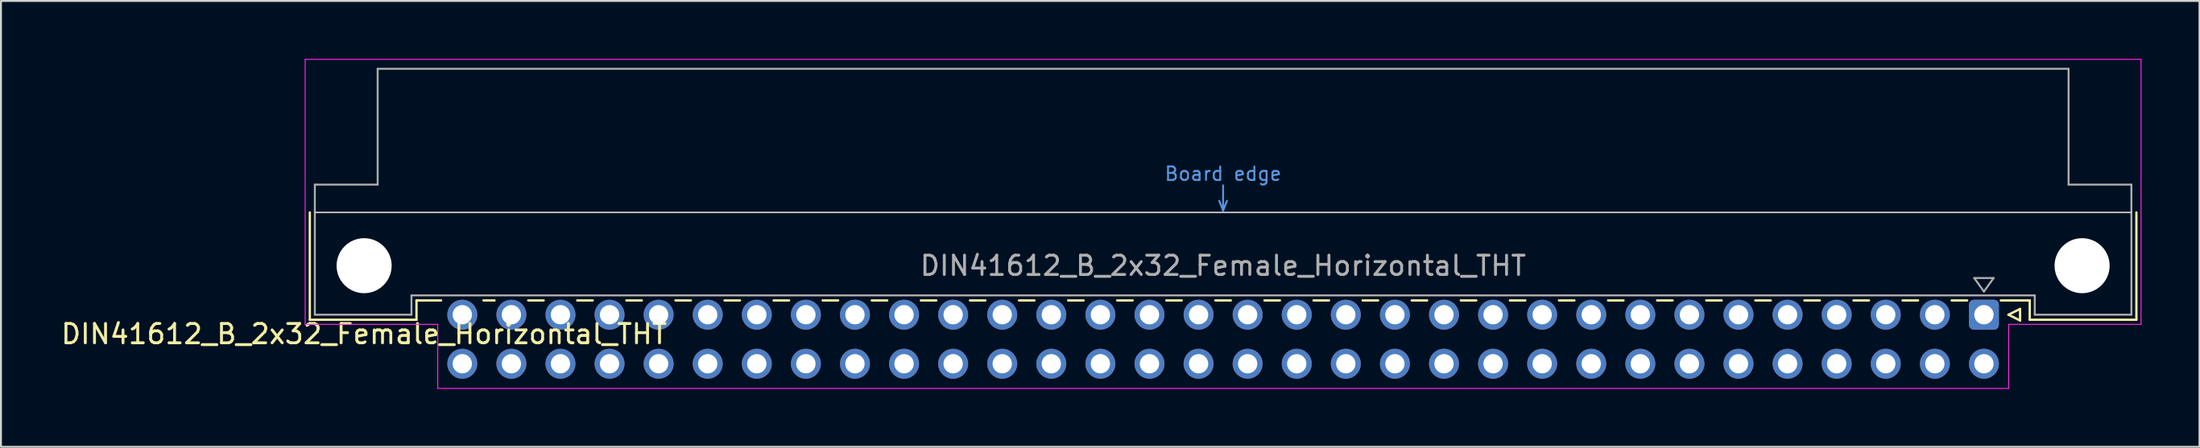
<source format=kicad_pcb>
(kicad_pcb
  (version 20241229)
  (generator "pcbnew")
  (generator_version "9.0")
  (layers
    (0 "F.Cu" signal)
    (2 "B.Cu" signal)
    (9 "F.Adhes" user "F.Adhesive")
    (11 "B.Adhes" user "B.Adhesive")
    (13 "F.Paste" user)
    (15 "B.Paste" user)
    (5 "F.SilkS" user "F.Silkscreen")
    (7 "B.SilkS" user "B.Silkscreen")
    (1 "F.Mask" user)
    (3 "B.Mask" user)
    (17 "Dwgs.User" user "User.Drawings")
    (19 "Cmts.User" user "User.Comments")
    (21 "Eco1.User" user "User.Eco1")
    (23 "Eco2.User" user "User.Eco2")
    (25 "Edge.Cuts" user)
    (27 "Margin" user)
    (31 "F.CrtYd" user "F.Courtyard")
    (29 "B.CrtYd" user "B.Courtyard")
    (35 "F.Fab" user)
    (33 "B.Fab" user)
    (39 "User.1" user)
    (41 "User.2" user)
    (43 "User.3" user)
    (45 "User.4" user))
  (footprint "DIN41612_B_2x32_Female_Horizontal_THT"
    (layer "F.Cu")
    (at 99.612 13.255)
    (property "Reference" "DIN41612_B_2x32_Female_Horizontal_THT" (at -83.82 1 0) (layer "F.SilkS") (effects (font (size 1 1) (thickness 0.15))))
    (attr through_hole)
    (fp_line (start -86.63 -5.3) (end -86.63 0.26) (stroke (width 0.12) (type solid)) (layer "F.SilkS"))
    (fp_line (start -86.63 0.26) (end -81.11 0.26) (stroke (width 0.12) (type solid)) (layer "F.SilkS"))
    (fp_line (start -81.111 -0.74) (end -79.835 -0.74) (stroke (width 0.12) (type solid)) (layer "F.SilkS"))
    (fp_line (start -81.11 0.26) (end -81.11 -0.74) (stroke (width 0.12) (type solid)) (layer "F.SilkS"))
    (fp_line (start -77.645 -0.74) (end -77.069 -0.74) (stroke (width 0.12) (type solid)) (layer "F.SilkS"))
    (fp_line (start -75.33 -0.74) (end -74.529 -0.74) (stroke (width 0.12) (type solid)) (layer "F.SilkS"))
    (fp_line (start -72.79 -0.74) (end -71.989 -0.74) (stroke (width 0.12) (type solid)) (layer "F.SilkS"))
    (fp_line (start -70.25 -0.74) (end -69.449 -0.74) (stroke (width 0.12) (type solid)) (layer "F.SilkS"))
    (fp_line (start -66.91 -0.74) (end -67.711 -0.74) (stroke (width 0.12) (type solid)) (layer "F.SilkS"))
    (fp_line (start -64.37 -0.74) (end -65.171 -0.74) (stroke (width 0.12) (type solid)) (layer "F.SilkS"))
    (fp_line (start -61.83 -0.74) (end -62.631 -0.74) (stroke (width 0.12) (type solid)) (layer "F.SilkS"))
    (fp_line (start -59.29 -0.74) (end -60.091 -0.74) (stroke (width 0.12) (type solid)) (layer "F.SilkS"))
    (fp_line (start -56.75 -0.74) (end -57.551 -0.74) (stroke (width 0.12) (type solid)) (layer "F.SilkS"))
    (fp_line (start -54.21 -0.74) (end -55.011 -0.74) (stroke (width 0.12) (type solid)) (layer "F.SilkS"))
    (fp_line (start -51.67 -0.74) (end -52.471 -0.74) (stroke (width 0.12) (type solid)) (layer "F.SilkS"))
    (fp_line (start -49.13 -0.74) (end -49.931 -0.74) (stroke (width 0.12) (type solid)) (layer "F.SilkS"))
    (fp_line (start -46.59 -0.74) (end -47.391 -0.74) (stroke (width 0.12) (type solid)) (layer "F.SilkS"))
    (fp_line (start -44.05 -0.74) (end -44.851 -0.74) (stroke (width 0.12) (type solid)) (layer "F.SilkS"))
    (fp_line (start -41.51 -0.74) (end -42.311 -0.74) (stroke (width 0.12) (type solid)) (layer "F.SilkS"))
    (fp_line (start -38.97 -0.74) (end -39.771 -0.74) (stroke (width 0.12) (type solid)) (layer "F.SilkS"))
    (fp_line (start -36.43 -0.74) (end -37.231 -0.74) (stroke (width 0.12) (type solid)) (layer "F.SilkS"))
    (fp_line (start -33.89 -0.74) (end -34.691 -0.74) (stroke (width 0.12) (type solid)) (layer "F.SilkS"))
    (fp_line (start -31.35 -0.74) (end -32.151 -0.74) (stroke (width 0.12) (type solid)) (layer "F.SilkS"))
    (fp_line (start -28.81 -0.74) (end -29.611 -0.74) (stroke (width 0.12) (type solid)) (layer "F.SilkS"))
    (fp_line (start -26.27 -0.74) (end -27.071 -0.74) (stroke (width 0.12) (type solid)) (layer "F.SilkS"))
    (fp_line (start -23.73 -0.74) (end -24.531 -0.74) (stroke (width 0.12) (type solid)) (layer "F.SilkS"))
    (fp_line (start -21.19 -0.74) (end -21.991 -0.74) (stroke (width 0.12) (type solid)) (layer "F.SilkS"))
    (fp_line (start -18.65 -0.74) (end -19.451 -0.74) (stroke (width 0.12) (type solid)) (layer "F.SilkS"))
    (fp_line (start -16.11 -0.74) (end -16.911 -0.74) (stroke (width 0.12) (type solid)) (layer "F.SilkS"))
    (fp_line (start -13.57 -0.74) (end -14.371 -0.74) (stroke (width 0.12) (type solid)) (layer "F.SilkS"))
    (fp_line (start -11.03 -0.74) (end -11.831 -0.74) (stroke (width 0.12) (type solid)) (layer "F.SilkS"))
    (fp_line (start -9.29 -0.74) (end -8.489 -0.74) (stroke (width 0.12) (type solid)) (layer "F.SilkS"))
    (fp_line (start -6.75 -0.74) (end -5.949 -0.74) (stroke (width 0.12) (type solid)) (layer "F.SilkS"))
    (fp_line (start -4.21 -0.74) (end -3.409 -0.74) (stroke (width 0.12) (type solid)) (layer "F.SilkS"))
    (fp_line (start -1.67 -0.74) (end -0.869 -0.74) (stroke (width 0.12) (type solid)) (layer "F.SilkS"))
    (fp_line (start 0.87 -0.74) (end 2.37 -0.74) (stroke (width 0.12) (type solid)) (layer "F.SilkS"))
    (fp_line (start 1.27 0) (end 1.87 -0.3) (stroke (width 0.12) (type solid)) (layer "F.SilkS"))
    (fp_line (start 1.87 -0.3) (end 1.87 0.3) (stroke (width 0.12) (type solid)) (layer "F.SilkS"))
    (fp_line (start 1.87 0.3) (end 1.27 0) (stroke (width 0.12) (type solid)) (layer "F.SilkS"))
    (fp_line (start 2.37 0.26) (end 2.37 -0.74) (stroke (width 0.12) (type solid)) (layer "F.SilkS"))
    (fp_line (start 7.89 -5.3) (end 7.89 0.26) (stroke (width 0.12) (type solid)) (layer "F.SilkS"))
    (fp_line (start 7.89 0.26) (end 2.37 0.26) (stroke (width 0.12) (type solid)) (layer "F.SilkS"))
    (fp_line (start -86.37 -5.3) (end 7.63 -5.3) (stroke (width 0.08) (type solid)) (layer "Dwgs.User"))
    (fp_line (start -39.57 -5.9) (end -39.37 -5.4) (stroke (width 0.1) (type solid)) (layer "Cmts.User"))
    (fp_line (start -39.37 -5.4) (end -39.37 -6.7) (stroke (width 0.1) (type solid)) (layer "Cmts.User"))
    (fp_line (start -39.37 -5.4) (end -39.17 -5.9) (stroke (width 0.1) (type solid)) (layer "Cmts.User"))
    (fp_line (start -86.87 -13.23) (end -86.87 0.5) (stroke (width 0.05) (type solid)) (layer "F.CrtYd"))
    (fp_line (start -86.87 0.5) (end -80.01 0.5) (stroke (width 0.05) (type solid)) (layer "F.CrtYd"))
    (fp_line (start -80.01 0.5) (end -80.01 3.82) (stroke (width 0.05) (type solid)) (layer "F.CrtYd"))
    (fp_line (start -80.01 3.82) (end 1.28 3.82) (stroke (width 0.05) (type solid)) (layer "F.CrtYd"))
    (fp_line (start 1.28 0.5) (end 8.13 0.5) (stroke (width 0.05) (type solid)) (layer "F.CrtYd"))
    (fp_line (start 1.28 3.82) (end 1.28 0.5) (stroke (width 0.05) (type solid)) (layer "F.CrtYd"))
    (fp_line (start 8.13 -13.23) (end -86.87 -13.23) (stroke (width 0.05) (type solid)) (layer "F.CrtYd"))
    (fp_line (start 8.13 0.5) (end 8.13 -13.23) (stroke (width 0.05) (type solid)) (layer "F.CrtYd"))
    (fp_line (start -86.37 -6.74) (end -86.37 0) (stroke (width 0.1) (type solid)) (layer "F.Fab"))
    (fp_line (start -86.37 0) (end -81.37 0) (stroke (width 0.1) (type solid)) (layer "F.Fab"))
    (fp_line (start -83.12 -12.74) (end -83.12 -6.74) (stroke (width 0.1) (type solid)) (layer "F.Fab"))
    (fp_line (start -83.12 -6.74) (end -86.37 -6.74) (stroke (width 0.1) (type solid)) (layer "F.Fab"))
    (fp_line (start -81.37 -1) (end 2.63 -1) (stroke (width 0.1) (type solid)) (layer "F.Fab"))
    (fp_line (start -81.37 0) (end -81.37 -1) (stroke (width 0.1) (type solid)) (layer "F.Fab"))
    (fp_line (start -0.5 -1.9) (end 0.5 -1.9) (stroke (width 0.1) (type solid)) (layer "F.Fab"))
    (fp_line (start 0 -1.2) (end -0.5 -1.9) (stroke (width 0.1) (type solid)) (layer "F.Fab"))
    (fp_line (start 0.5 -1.9) (end 0 -1.2) (stroke (width 0.1) (type solid)) (layer "F.Fab"))
    (fp_line (start 2.63 -1) (end 2.63 0) (stroke (width 0.1) (type solid)) (layer "F.Fab"))
    (fp_line (start 2.63 0) (end 7.63 0) (stroke (width 0.1) (type solid)) (layer "F.Fab"))
    (fp_line (start 4.38 -12.74) (end -83.12 -12.74) (stroke (width 0.1) (type solid)) (layer "F.Fab"))
    (fp_line (start 4.38 -6.74) (end 4.38 -12.74) (stroke (width 0.1) (type solid)) (layer "F.Fab"))
    (fp_line (start 7.63 -6.74) (end 4.38 -6.74) (stroke (width 0.1) (type solid)) (layer "F.Fab"))
    (fp_line (start 7.63 0) (end 7.63 -6.74) (stroke (width 0.1) (type solid)) (layer "F.Fab"))
    (fp_text user "Board edge" (at -39.37 -7.3 0) (layer "Cmts.User") (effects (font (size 0.7 0.7) (thickness 0.1))))
    (fp_text user "${REFERENCE}" (at -39.37 -2.54 0) (layer "F.Fab") (effects (font (size 1 1) (thickness 0.15))))
    (pad "" np_thru_hole circle (at -83.82 -2.54) (size 2.85 2.85) (drill 2.85) (layers "*.Cu" "*.Mask"))
    (pad "" np_thru_hole circle (at 5.08 -2.54) (size 2.85 2.85) (drill 2.85) (layers "*.Cu" "*.Mask"))
    (pad "a1" thru_hole roundrect (at 0 0 180) (size 1.55 1.55) (drill 1) (layers "*.Cu" "*.Mask") (roundrect_rratio 0.161))
    (pad "a2" thru_hole circle (at -2.54 0 180) (size 1.55 1.55) (drill 1) (layers "*.Cu" "*.Mask"))
    (pad "a3" thru_hole circle (at -5.08 0 180) (size 1.55 1.55) (drill 1) (layers "*.Cu" "*.Mask"))
    (pad "a4" thru_hole circle (at -7.62 0 180) (size 1.55 1.55) (drill 1) (layers "*.Cu" "*.Mask"))
    (pad "a5" thru_hole circle (at -10.16 0 180) (size 1.55 1.55) (drill 1) (layers "*.Cu" "*.Mask"))
    (pad "a6" thru_hole circle (at -12.7 0 180) (size 1.55 1.55) (drill 1) (layers "*.Cu" "*.Mask"))
    (pad "a7" thru_hole circle (at -15.24 0 180) (size 1.55 1.55) (drill 1) (layers "*.Cu" "*.Mask"))
    (pad "a8" thru_hole circle (at -17.78 0 180) (size 1.55 1.55) (drill 1) (layers "*.Cu" "*.Mask"))
    (pad "a9" thru_hole circle (at -20.32 0 180) (size 1.55 1.55) (drill 1) (layers "*.Cu" "*.Mask"))
    (pad "a10" thru_hole circle (at -22.86 0 180) (size 1.55 1.55) (drill 1) (layers "*.Cu" "*.Mask"))
    (pad "a11" thru_hole circle (at -25.4 0 180) (size 1.55 1.55) (drill 1) (layers "*.Cu" "*.Mask"))
    (pad "a12" thru_hole circle (at -27.94 0 180) (size 1.55 1.55) (drill 1) (layers "*.Cu" "*.Mask"))
    (pad "a13" thru_hole circle (at -30.48 0 180) (size 1.55 1.55) (drill 1) (layers "*.Cu" "*.Mask"))
    (pad "a14" thru_hole circle (at -33.02 0 180) (size 1.55 1.55) (drill 1) (layers "*.Cu" "*.Mask"))
    (pad "a15" thru_hole circle (at -35.56 0 180) (size 1.55 1.55) (drill 1) (layers "*.Cu" "*.Mask"))
    (pad "a16" thru_hole circle (at -38.1 0 180) (size 1.55 1.55) (drill 1) (layers "*.Cu" "*.Mask"))
    (pad "a17" thru_hole circle (at -40.64 0 180) (size 1.55 1.55) (drill 1) (layers "*.Cu" "*.Mask"))
    (pad "a18" thru_hole circle (at -43.18 0 180) (size 1.55 1.55) (drill 1) (layers "*.Cu" "*.Mask"))
    (pad "a19" thru_hole circle (at -45.72 0 180) (size 1.55 1.55) (drill 1) (layers "*.Cu" "*.Mask"))
    (pad "a20" thru_hole circle (at -48.26 0 180) (size 1.55 1.55) (drill 1) (layers "*.Cu" "*.Mask"))
    (pad "a21" thru_hole circle (at -50.8 0 180) (size 1.55 1.55) (drill 1) (layers "*.Cu" "*.Mask"))
    (pad "a22" thru_hole circle (at -53.34 0 180) (size 1.55 1.55) (drill 1) (layers "*.Cu" "*.Mask"))
    (pad "a23" thru_hole circle (at -55.88 0 180) (size 1.55 1.55) (drill 1) (layers "*.Cu" "*.Mask"))
    (pad "a24" thru_hole circle (at -58.42 0 180) (size 1.55 1.55) (drill 1) (layers "*.Cu" "*.Mask"))
    (pad "a25" thru_hole circle (at -60.96 0 180) (size 1.55 1.55) (drill 1) (layers "*.Cu" "*.Mask"))
    (pad "a26" thru_hole circle (at -63.5 0 180) (size 1.55 1.55) (drill 1) (layers "*.Cu" "*.Mask"))
    (pad "a27" thru_hole circle (at -66.04 0 180) (size 1.55 1.55) (drill 1) (layers "*.Cu" "*.Mask"))
    (pad "a28" thru_hole circle (at -68.58 0 180) (size 1.55 1.55) (drill 1) (layers "*.Cu" "*.Mask"))
    (pad "a29" thru_hole circle (at -71.12 0 180) (size 1.55 1.55) (drill 1) (layers "*.Cu" "*.Mask"))
    (pad "a30" thru_hole circle (at -73.66 0 180) (size 1.55 1.55) (drill 1) (layers "*.Cu" "*.Mask"))
    (pad "a31" thru_hole circle (at -76.2 0 180) (size 1.55 1.55) (drill 1) (layers "*.Cu" "*.Mask"))
    (pad "a32" thru_hole circle (at -78.74 0 180) (size 1.55 1.55) (drill 1) (layers "*.Cu" "*.Mask"))
    (pad "b1" thru_hole circle (at 0 2.54 180) (size 1.55 1.55) (drill 1) (layers "*.Cu" "*.Mask"))
    (pad "b2" thru_hole circle (at -2.54 2.54 180) (size 1.55 1.55) (drill 1) (layers "*.Cu" "*.Mask"))
    (pad "b3" thru_hole circle (at -5.08 2.54 180) (size 1.55 1.55) (drill 1) (layers "*.Cu" "*.Mask"))
    (pad "b4" thru_hole circle (at -7.62 2.54 180) (size 1.55 1.55) (drill 1) (layers "*.Cu" "*.Mask"))
    (pad "b5" thru_hole circle (at -10.16 2.54 180) (size 1.55 1.55) (drill 1) (layers "*.Cu" "*.Mask"))
    (pad "b6" thru_hole circle (at -12.7 2.54 180) (size 1.55 1.55) (drill 1) (layers "*.Cu" "*.Mask"))
    (pad "b7" thru_hole circle (at -15.24 2.54 180) (size 1.55 1.55) (drill 1) (layers "*.Cu" "*.Mask"))
    (pad "b8" thru_hole circle (at -17.78 2.54 180) (size 1.55 1.55) (drill 1) (layers "*.Cu" "*.Mask"))
    (pad "b9" thru_hole circle (at -20.32 2.54 180) (size 1.55 1.55) (drill 1) (layers "*.Cu" "*.Mask"))
    (pad "b10" thru_hole circle (at -22.86 2.54 180) (size 1.55 1.55) (drill 1) (layers "*.Cu" "*.Mask"))
    (pad "b11" thru_hole circle (at -25.4 2.54 180) (size 1.55 1.55) (drill 1) (layers "*.Cu" "*.Mask"))
    (pad "b12" thru_hole circle (at -27.94 2.54 180) (size 1.55 1.55) (drill 1) (layers "*.Cu" "*.Mask"))
    (pad "b13" thru_hole circle (at -30.48 2.54 180) (size 1.55 1.55) (drill 1) (layers "*.Cu" "*.Mask"))
    (pad "b14" thru_hole circle (at -33.02 2.54 180) (size 1.55 1.55) (drill 1) (layers "*.Cu" "*.Mask"))
    (pad "b15" thru_hole circle (at -35.56 2.54 180) (size 1.55 1.55) (drill 1) (layers "*.Cu" "*.Mask"))
    (pad "b16" thru_hole circle (at -38.1 2.54 180) (size 1.55 1.55) (drill 1) (layers "*.Cu" "*.Mask"))
    (pad "b17" thru_hole circle (at -40.64 2.54 180) (size 1.55 1.55) (drill 1) (layers "*.Cu" "*.Mask"))
    (pad "b18" thru_hole circle (at -43.18 2.54 180) (size 1.55 1.55) (drill 1) (layers "*.Cu" "*.Mask"))
    (pad "b19" thru_hole circle (at -45.72 2.54 180) (size 1.55 1.55) (drill 1) (layers "*.Cu" "*.Mask"))
    (pad "b20" thru_hole circle (at -48.26 2.54 180) (size 1.55 1.55) (drill 1) (layers "*.Cu" "*.Mask"))
    (pad "b21" thru_hole circle (at -50.8 2.54 180) (size 1.55 1.55) (drill 1) (layers "*.Cu" "*.Mask"))
    (pad "b22" thru_hole circle (at -53.34 2.54 180) (size 1.55 1.55) (drill 1) (layers "*.Cu" "*.Mask"))
    (pad "b23" thru_hole circle (at -55.88 2.54 180) (size 1.55 1.55) (drill 1) (layers "*.Cu" "*.Mask"))
    (pad "b24" thru_hole circle (at -58.42 2.54 180) (size 1.55 1.55) (drill 1) (layers "*.Cu" "*.Mask"))
    (pad "b25" thru_hole circle (at -60.96 2.54 180) (size 1.55 1.55) (drill 1) (layers "*.Cu" "*.Mask"))
    (pad "b26" thru_hole circle (at -63.5 2.54 180) (size 1.55 1.55) (drill 1) (layers "*.Cu" "*.Mask"))
    (pad "b27" thru_hole circle (at -66.04 2.54 180) (size 1.55 1.55) (drill 1) (layers "*.Cu" "*.Mask"))
    (pad "b28" thru_hole circle (at -68.58 2.54 180) (size 1.55 1.55) (drill 1) (layers "*.Cu" "*.Mask"))
    (pad "b29" thru_hole circle (at -71.12 2.54 180) (size 1.55 1.55) (drill 1) (layers "*.Cu" "*.Mask"))
    (pad "b30" thru_hole circle (at -73.66 2.54 180) (size 1.55 1.55) (drill 1) (layers "*.Cu" "*.Mask"))
    (pad "b31" thru_hole circle (at -76.2 2.54 180) (size 1.55 1.55) (drill 1) (layers "*.Cu" "*.Mask"))
    (pad "b32" thru_hole circle (at -78.74 2.54 180) (size 1.55 1.55) (drill 1) (layers "*.Cu" "*.Mask")))
  (gr_rect
    (start -3 -3)
    (end 110.767 20.1)
    (stroke (width 0.1) (type default))
    (fill no)
    (layer "Edge.Cuts")))
</source>
